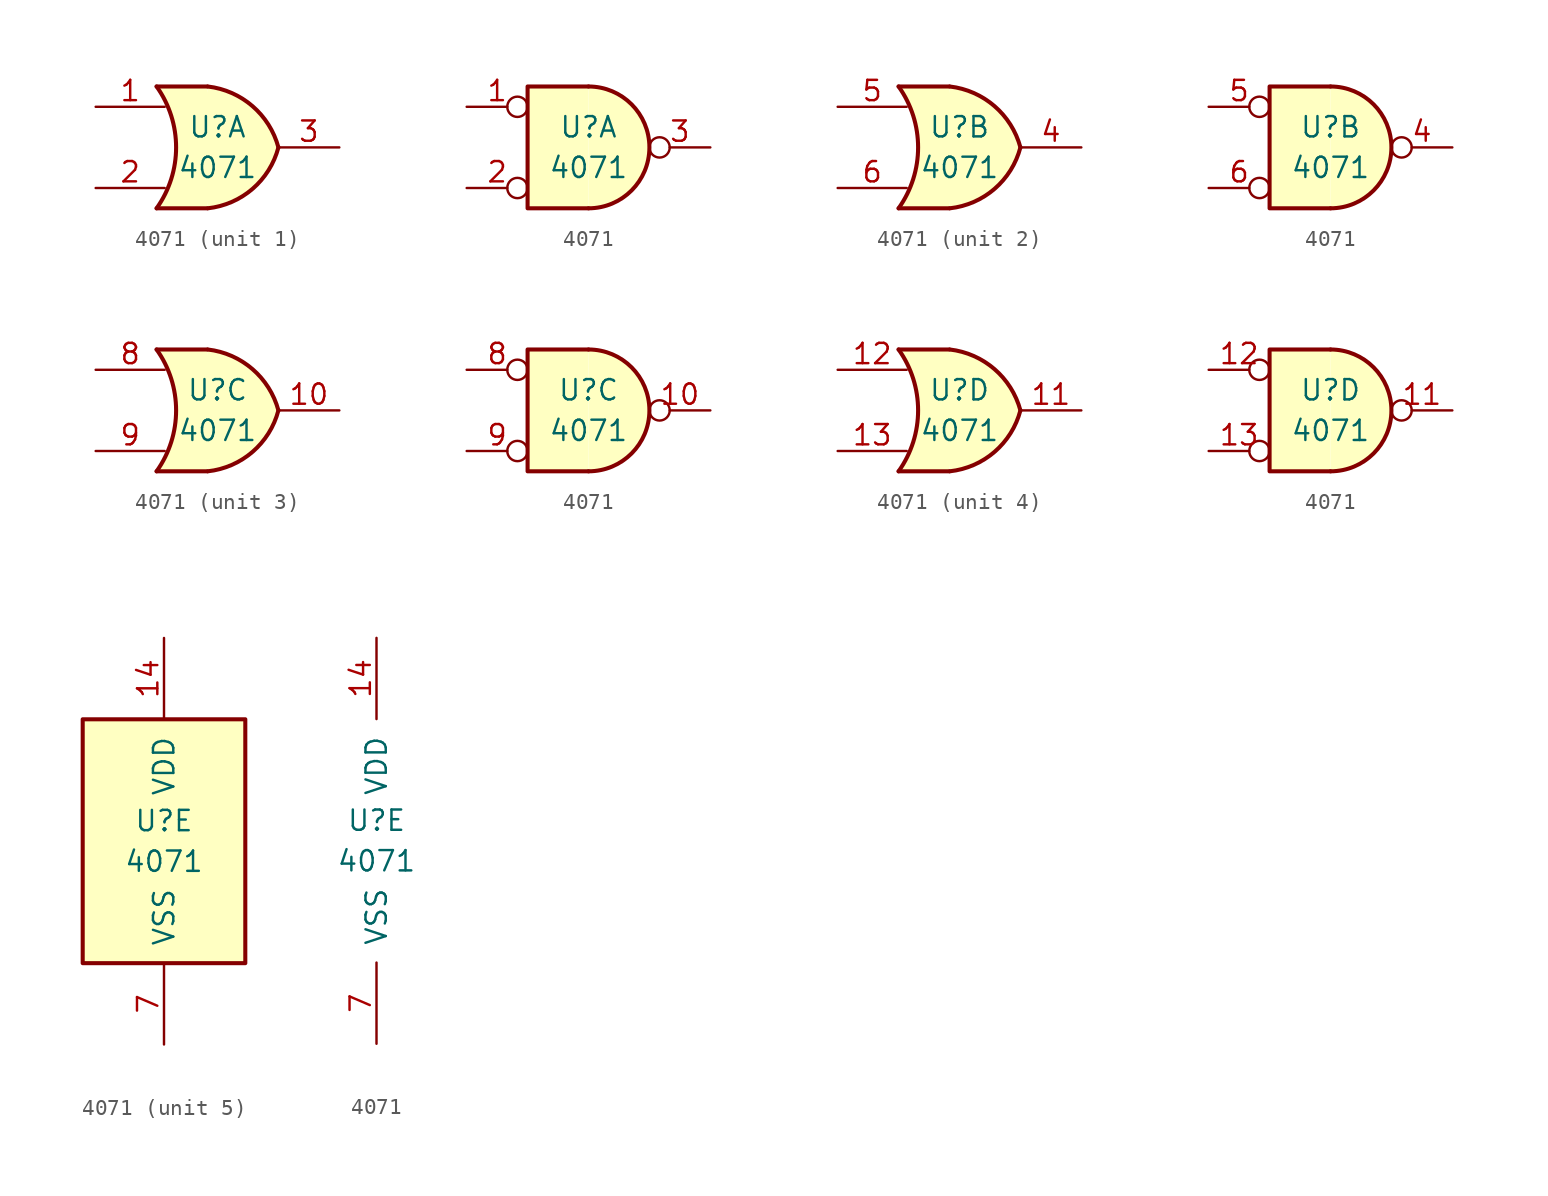
<source format=kicad_sym>
(kicad_symbol_lib
  (version 20200908)
  (generator kicad_symbol_editor)
  (symbol "4xxx:4071"
    (pin_names
      (offset 1.016))
    (property "Reference" "U"
      (at 0 1.27 0)
      (effects (font (size 1.27 1.27))))
    (property "Value" "4071"
      (at 0 -1.27 0)
      (effects (font (size 1.27 1.27))))
    (property "ki_locked" ""
      (at 0 0 0)
      (effects (font (size 1.27 1.27))))
    (symbol "4071_1_1"
      (arc (start -3.81 3.81) (end -3.81 -3.81) (radius (at -9.144 0) (length 6.5532) (angles 35.4 -35.4)) (stroke (width 0.254)) (fill (type none)))
      (arc (start 3.81 0) (end -0.6096 3.81) (radius (at -1.1938 -1.3208) (length 5.1816) (angles 15 83.7)) (stroke (width 0.254)) (fill (type background)))
      (arc (start 3.81 0) (end -0.6096 -3.81) (radius (at -1.1938 1.3208) (length 5.1816) (angles -15 -83.7)) (stroke (width 0.254)) (fill (type background)))
      (polyline (pts (xy -3.81 -3.81) (xy -0.635 -3.81)) (stroke (width 0.254)) (fill (type background)))
      (polyline (pts (xy -3.81 3.81) (xy -0.635 3.81)) (stroke (width 0.254)) (fill (type background)))
      (polyline (pts (xy -0.635 3.81) (xy -3.81 3.81) (xy -3.81 3.81) (xy -3.556 3.404) (xy -3.023 2.261) (xy -2.692 1.041) (xy -2.616 -0.254) (xy -2.769 -1.499) (xy -3.175 -2.718) (xy -3.81 -3.81) (xy -3.81 -3.81) (xy -0.635 -3.81)) (stroke (width -25.4)) (fill (type background)))
      (pin input line (at -7.62 2.54 0) (length 4.318) (name "~" (effects (font (size 1.27 1.27)))) (number "1" (effects (font (size 1.27 1.27)))))
      (pin input line (at -7.62 -2.54 0) (length 4.318) (name "~" (effects (font (size 1.27 1.27)))) (number "2" (effects (font (size 1.27 1.27)))))
      (pin output line (at 7.62 0 180) (length 3.81) (name "~" (effects (font (size 1.27 1.27)))) (number "3" (effects (font (size 1.27 1.27))))))
    (symbol "4071_2_1"
      (arc (start -3.81 3.81) (end -3.81 -3.81) (radius (at -9.144 0) (length 6.5532) (angles 35.4 -35.4)) (stroke (width 0.254)) (fill (type none)))
      (arc (start 3.81 0) (end -0.6096 3.81) (radius (at -1.1938 -1.3208) (length 5.1816) (angles 15 83.7)) (stroke (width 0.254)) (fill (type background)))
      (arc (start 3.81 0) (end -0.6096 -3.81) (radius (at -1.1938 1.3208) (length 5.1816) (angles -15 -83.7)) (stroke (width 0.254)) (fill (type background)))
      (polyline (pts (xy -3.81 -3.81) (xy -0.635 -3.81)) (stroke (width 0.254)) (fill (type background)))
      (polyline (pts (xy -3.81 3.81) (xy -0.635 3.81)) (stroke (width 0.254)) (fill (type background)))
      (polyline (pts (xy -0.635 3.81) (xy -3.81 3.81) (xy -3.81 3.81) (xy -3.556 3.404) (xy -3.023 2.261) (xy -2.692 1.041) (xy -2.616 -0.254) (xy -2.769 -1.499) (xy -3.175 -2.718) (xy -3.81 -3.81) (xy -3.81 -3.81) (xy -0.635 -3.81)) (stroke (width -25.4)) (fill (type background)))
      (pin output line (at 7.62 0 180) (length 3.81) (name "~" (effects (font (size 1.27 1.27)))) (number "4" (effects (font (size 1.27 1.27)))))
      (pin input line (at -7.62 2.54 0) (length 4.318) (name "~" (effects (font (size 1.27 1.27)))) (number "5" (effects (font (size 1.27 1.27)))))
      (pin input line (at -7.62 -2.54 0) (length 4.318) (name "~" (effects (font (size 1.27 1.27)))) (number "6" (effects (font (size 1.27 1.27))))))
    (symbol "4071_3_1"
      (arc (start -3.81 3.81) (end -3.81 -3.81) (radius (at -9.144 0) (length 6.5532) (angles 35.4 -35.4)) (stroke (width 0.254)) (fill (type none)))
      (arc (start 3.81 0) (end -0.6096 3.81) (radius (at -1.1938 -1.3208) (length 5.1816) (angles 15 83.7)) (stroke (width 0.254)) (fill (type background)))
      (arc (start 3.81 0) (end -0.6096 -3.81) (radius (at -1.1938 1.3208) (length 5.1816) (angles -15 -83.7)) (stroke (width 0.254)) (fill (type background)))
      (polyline (pts (xy -3.81 -3.81) (xy -0.635 -3.81)) (stroke (width 0.254)) (fill (type background)))
      (polyline (pts (xy -3.81 3.81) (xy -0.635 3.81)) (stroke (width 0.254)) (fill (type background)))
      (polyline (pts (xy -0.635 3.81) (xy -3.81 3.81) (xy -3.81 3.81) (xy -3.556 3.404) (xy -3.023 2.261) (xy -2.692 1.041) (xy -2.616 -0.254) (xy -2.769 -1.499) (xy -3.175 -2.718) (xy -3.81 -3.81) (xy -3.81 -3.81) (xy -0.635 -3.81)) (stroke (width -25.4)) (fill (type background)))
      (pin output line (at 7.62 0 180) (length 3.81) (name "~" (effects (font (size 1.27 1.27)))) (number "10" (effects (font (size 1.27 1.27)))))
      (pin input line (at -7.62 2.54 0) (length 4.318) (name "~" (effects (font (size 1.27 1.27)))) (number "8" (effects (font (size 1.27 1.27)))))
      (pin input line (at -7.62 -2.54 0) (length 4.318) (name "~" (effects (font (size 1.27 1.27)))) (number "9" (effects (font (size 1.27 1.27))))))
    (symbol "4071_4_1"
      (arc (start -3.81 3.81) (end -3.81 -3.81) (radius (at -9.144 0) (length 6.5532) (angles 35.4 -35.4)) (stroke (width 0.254)) (fill (type none)))
      (arc (start 3.81 0) (end -0.6096 3.81) (radius (at -1.1938 -1.3208) (length 5.1816) (angles 15 83.7)) (stroke (width 0.254)) (fill (type background)))
      (arc (start 3.81 0) (end -0.6096 -3.81) (radius (at -1.1938 1.3208) (length 5.1816) (angles -15 -83.7)) (stroke (width 0.254)) (fill (type background)))
      (polyline (pts (xy -3.81 -3.81) (xy -0.635 -3.81)) (stroke (width 0.254)) (fill (type background)))
      (polyline (pts (xy -3.81 3.81) (xy -0.635 3.81)) (stroke (width 0.254)) (fill (type background)))
      (polyline (pts (xy -0.635 3.81) (xy -3.81 3.81) (xy -3.81 3.81) (xy -3.556 3.404) (xy -3.023 2.261) (xy -2.692 1.041) (xy -2.616 -0.254) (xy -2.769 -1.499) (xy -3.175 -2.718) (xy -3.81 -3.81) (xy -3.81 -3.81) (xy -0.635 -3.81)) (stroke (width -25.4)) (fill (type background)))
      (pin output line (at 7.62 0 180) (length 3.81) (name "~" (effects (font (size 1.27 1.27)))) (number "11" (effects (font (size 1.27 1.27)))))
      (pin input line (at -7.62 2.54 0) (length 4.318) (name "~" (effects (font (size 1.27 1.27)))) (number "12" (effects (font (size 1.27 1.27)))))
      (pin input line (at -7.62 -2.54 0) (length 4.318) (name "~" (effects (font (size 1.27 1.27)))) (number "13" (effects (font (size 1.27 1.27))))))
    (symbol "4071_1_2"
      (arc (start 0 -3.81) (end 0 3.81) (radius (at 0 0) (length 3.81) (angles -89.9 89.9)) (stroke (width 0.254)) (fill (type background)))
      (polyline (pts (xy 0 3.81) (xy -3.81 3.81) (xy -3.81 -3.81) (xy 0 -3.81)) (stroke (width 0.254)) (fill (type background)))
      (pin input inverted (at -7.62 2.54 0) (length 3.81) (name "~" (effects (font (size 1.27 1.27)))) (number "1" (effects (font (size 1.27 1.27)))))
      (pin input inverted (at -7.62 -2.54 0) (length 3.81) (name "~" (effects (font (size 1.27 1.27)))) (number "2" (effects (font (size 1.27 1.27)))))
      (pin output inverted (at 7.62 0 180) (length 3.81) (name "~" (effects (font (size 1.27 1.27)))) (number "3" (effects (font (size 1.27 1.27))))))
    (symbol "4071_2_2"
      (arc (start 0 -3.81) (end 0 3.81) (radius (at 0 0) (length 3.81) (angles -89.9 89.9)) (stroke (width 0.254)) (fill (type background)))
      (polyline (pts (xy 0 3.81) (xy -3.81 3.81) (xy -3.81 -3.81) (xy 0 -3.81)) (stroke (width 0.254)) (fill (type background)))
      (pin output inverted (at 7.62 0 180) (length 3.81) (name "~" (effects (font (size 1.27 1.27)))) (number "4" (effects (font (size 1.27 1.27)))))
      (pin input inverted (at -7.62 2.54 0) (length 3.81) (name "~" (effects (font (size 1.27 1.27)))) (number "5" (effects (font (size 1.27 1.27)))))
      (pin input inverted (at -7.62 -2.54 0) (length 3.81) (name "~" (effects (font (size 1.27 1.27)))) (number "6" (effects (font (size 1.27 1.27))))))
    (symbol "4071_3_2"
      (arc (start 0 -3.81) (end 0 3.81) (radius (at 0 0) (length 3.81) (angles -89.9 89.9)) (stroke (width 0.254)) (fill (type background)))
      (polyline (pts (xy 0 3.81) (xy -3.81 3.81) (xy -3.81 -3.81) (xy 0 -3.81)) (stroke (width 0.254)) (fill (type background)))
      (pin output inverted (at 7.62 0 180) (length 3.81) (name "~" (effects (font (size 1.27 1.27)))) (number "10" (effects (font (size 1.27 1.27)))))
      (pin input inverted (at -7.62 2.54 0) (length 3.81) (name "~" (effects (font (size 1.27 1.27)))) (number "8" (effects (font (size 1.27 1.27)))))
      (pin input inverted (at -7.62 -2.54 0) (length 3.81) (name "~" (effects (font (size 1.27 1.27)))) (number "9" (effects (font (size 1.27 1.27))))))
    (symbol "4071_4_2"
      (arc (start 0 -3.81) (end 0 3.81) (radius (at 0 0) (length 3.81) (angles -89.9 89.9)) (stroke (width 0.254)) (fill (type background)))
      (polyline (pts (xy 0 3.81) (xy -3.81 3.81) (xy -3.81 -3.81) (xy 0 -3.81)) (stroke (width 0.254)) (fill (type background)))
      (pin output inverted (at 7.62 0 180) (length 3.81) (name "~" (effects (font (size 1.27 1.27)))) (number "11" (effects (font (size 1.27 1.27)))))
      (pin input inverted (at -7.62 2.54 0) (length 3.81) (name "~" (effects (font (size 1.27 1.27)))) (number "12" (effects (font (size 1.27 1.27)))))
      (pin input inverted (at -7.62 -2.54 0) (length 3.81) (name "~" (effects (font (size 1.27 1.27)))) (number "13" (effects (font (size 1.27 1.27))))))
    (symbol "4071_5_1"
      (rectangle (start -5.08 7.62) (end 5.08 -7.62) (stroke (width 0.254)) (fill (type background))))
    (symbol "4071_5_0"
      (pin power_in line (at 0 12.7 270) (length 5.08) (name "VDD" (effects (font (size 1.27 1.27)))) (number "14" (effects (font (size 1.27 1.27)))))
      (pin power_in line (at 0 -12.7 90) (length 5.08) (name "VSS" (effects (font (size 1.27 1.27)))) (number "7" (effects (font (size 1.27 1.27))))))))
</source>
